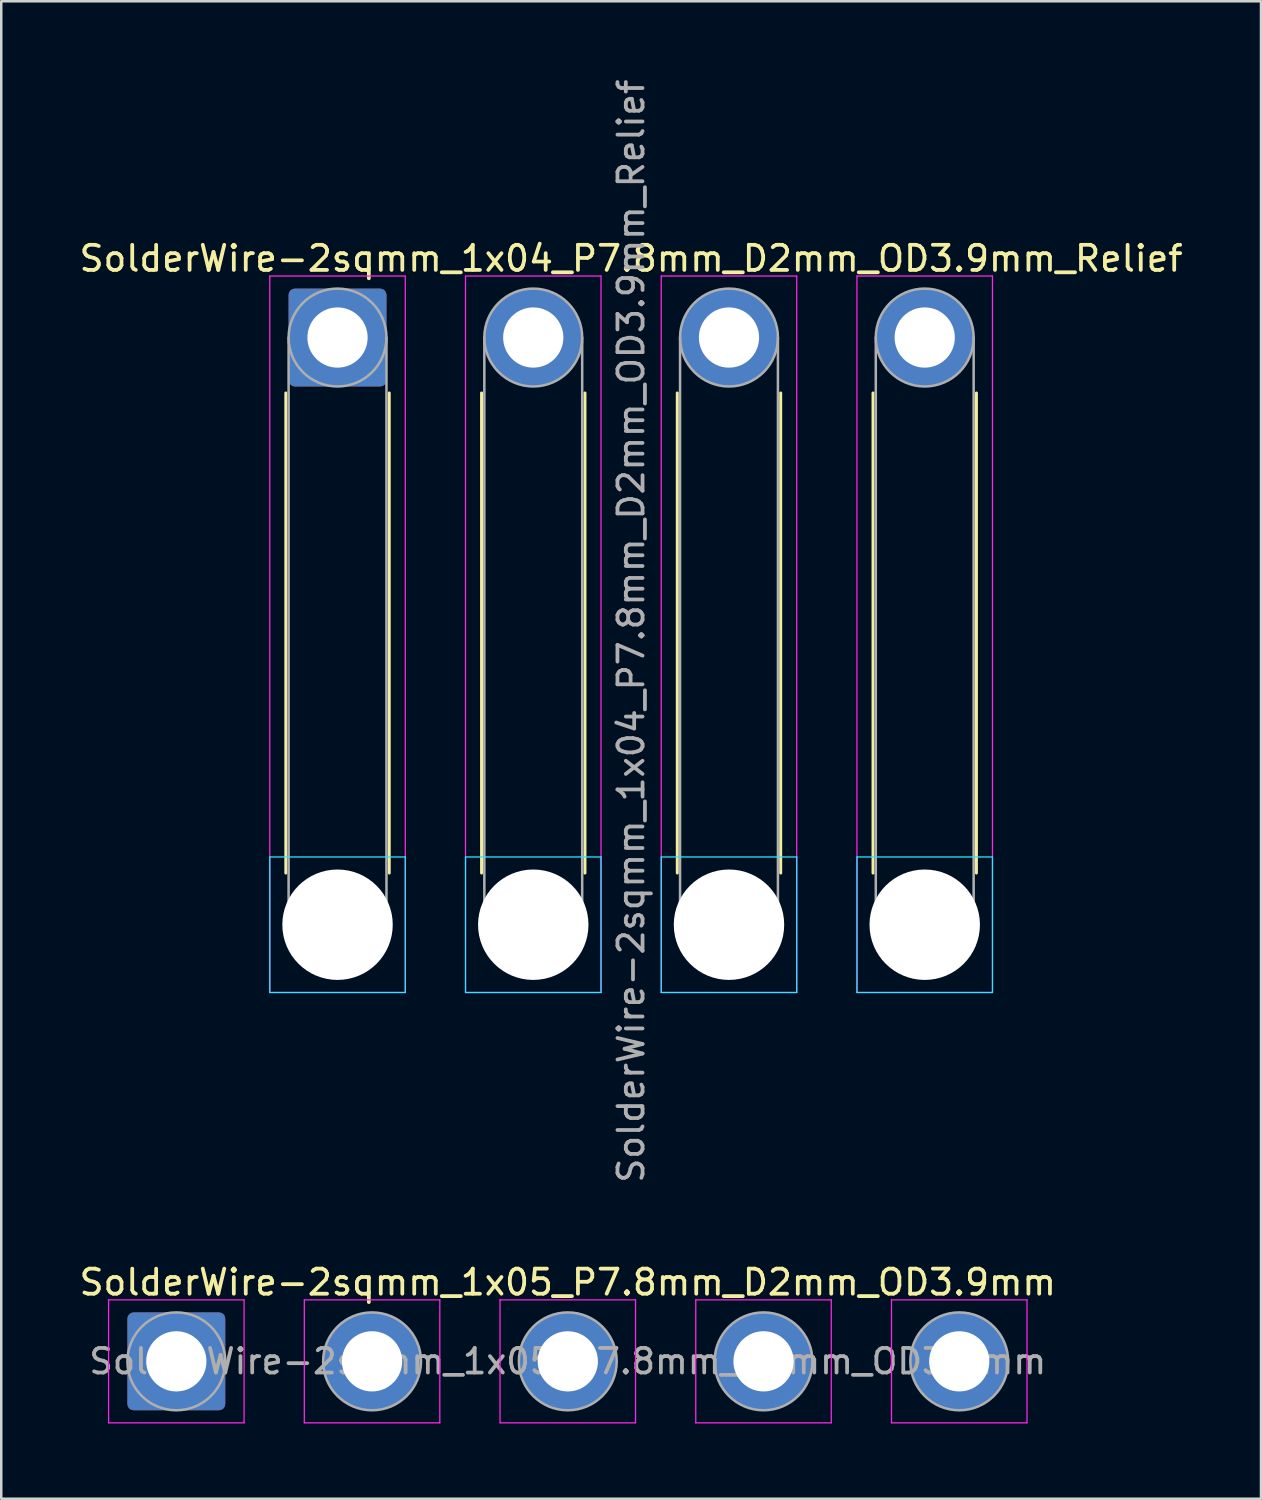
<source format=kicad_pcb>
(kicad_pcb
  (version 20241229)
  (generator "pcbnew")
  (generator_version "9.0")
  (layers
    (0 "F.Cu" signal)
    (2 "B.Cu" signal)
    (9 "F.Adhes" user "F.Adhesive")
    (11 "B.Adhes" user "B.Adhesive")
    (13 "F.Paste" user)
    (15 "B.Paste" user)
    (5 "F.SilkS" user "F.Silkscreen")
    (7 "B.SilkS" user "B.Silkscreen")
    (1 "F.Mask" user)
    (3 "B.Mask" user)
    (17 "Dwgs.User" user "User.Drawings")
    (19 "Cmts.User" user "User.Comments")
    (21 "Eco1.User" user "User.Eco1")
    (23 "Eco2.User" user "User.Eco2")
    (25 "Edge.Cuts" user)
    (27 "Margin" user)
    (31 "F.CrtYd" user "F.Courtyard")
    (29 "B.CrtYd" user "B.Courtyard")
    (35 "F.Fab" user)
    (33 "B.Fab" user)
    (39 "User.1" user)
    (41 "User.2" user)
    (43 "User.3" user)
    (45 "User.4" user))
  (footprint "SolderWire-2sqmm_1x04_P7.8mm_D2mm_OD3.9mm_Relief"
    (layer "F.Cu")
    (at 10.401 10.401)
    (property "Reference" "SolderWire-2sqmm_1x04_P7.8mm_D2mm_OD3.9mm_Relief" (at 11.7 -3.15 0) (layer "F.SilkS") (effects (font (size 1 1) (thickness 0.15))))
    (attr exclude_from_pos_files exclude_from_bom)
    (fp_line (start -2.06 2.21) (end -2.06 21.34) (stroke (width 0.12) (type solid)) (layer "F.SilkS"))
    (fp_line (start 2.06 2.21) (end 2.06 21.34) (stroke (width 0.12) (type solid)) (layer "F.SilkS"))
    (fp_line (start 5.74 2.21) (end 5.74 21.34) (stroke (width 0.12) (type solid)) (layer "F.SilkS"))
    (fp_line (start 9.86 2.21) (end 9.86 21.34) (stroke (width 0.12) (type solid)) (layer "F.SilkS"))
    (fp_line (start 13.54 2.21) (end 13.54 21.34) (stroke (width 0.12) (type solid)) (layer "F.SilkS"))
    (fp_line (start 17.66 2.21) (end 17.66 21.34) (stroke (width 0.12) (type solid)) (layer "F.SilkS"))
    (fp_line (start 21.34 2.21) (end 21.34 21.34) (stroke (width 0.12) (type solid)) (layer "F.SilkS"))
    (fp_line (start 25.46 2.21) (end 25.46 21.34) (stroke (width 0.12) (type solid)) (layer "F.SilkS"))
    (fp_line (start -2.7 20.7) (end -2.7 26.1) (stroke (width 0.05) (type solid)) (layer "B.CrtYd"))
    (fp_line (start -2.7 26.1) (end 2.7 26.1) (stroke (width 0.05) (type solid)) (layer "B.CrtYd"))
    (fp_line (start 2.7 20.7) (end -2.7 20.7) (stroke (width 0.05) (type solid)) (layer "B.CrtYd"))
    (fp_line (start 2.7 26.1) (end 2.7 20.7) (stroke (width 0.05) (type solid)) (layer "B.CrtYd"))
    (fp_line (start 5.1 20.7) (end 5.1 26.1) (stroke (width 0.05) (type solid)) (layer "B.CrtYd"))
    (fp_line (start 5.1 26.1) (end 10.5 26.1) (stroke (width 0.05) (type solid)) (layer "B.CrtYd"))
    (fp_line (start 10.5 20.7) (end 5.1 20.7) (stroke (width 0.05) (type solid)) (layer "B.CrtYd"))
    (fp_line (start 10.5 26.1) (end 10.5 20.7) (stroke (width 0.05) (type solid)) (layer "B.CrtYd"))
    (fp_line (start 12.9 20.7) (end 12.9 26.1) (stroke (width 0.05) (type solid)) (layer "B.CrtYd"))
    (fp_line (start 12.9 26.1) (end 18.3 26.1) (stroke (width 0.05) (type solid)) (layer "B.CrtYd"))
    (fp_line (start 18.3 20.7) (end 12.9 20.7) (stroke (width 0.05) (type solid)) (layer "B.CrtYd"))
    (fp_line (start 18.3 26.1) (end 18.3 20.7) (stroke (width 0.05) (type solid)) (layer "B.CrtYd"))
    (fp_line (start 20.7 20.7) (end 20.7 26.1) (stroke (width 0.05) (type solid)) (layer "B.CrtYd"))
    (fp_line (start 20.7 26.1) (end 26.1 26.1) (stroke (width 0.05) (type solid)) (layer "B.CrtYd"))
    (fp_line (start 26.1 20.7) (end 20.7 20.7) (stroke (width 0.05) (type solid)) (layer "B.CrtYd"))
    (fp_line (start 26.1 26.1) (end 26.1 20.7) (stroke (width 0.05) (type solid)) (layer "B.CrtYd"))
    (fp_line (start -2.7 -2.45) (end -2.7 26.1) (stroke (width 0.05) (type solid)) (layer "F.CrtYd"))
    (fp_line (start -2.7 26.1) (end 2.7 26.1) (stroke (width 0.05) (type solid)) (layer "F.CrtYd"))
    (fp_line (start 2.7 -2.45) (end -2.7 -2.45) (stroke (width 0.05) (type solid)) (layer "F.CrtYd"))
    (fp_line (start 2.7 26.1) (end 2.7 -2.45) (stroke (width 0.05) (type solid)) (layer "F.CrtYd"))
    (fp_line (start 5.1 -2.45) (end 5.1 26.1) (stroke (width 0.05) (type solid)) (layer "F.CrtYd"))
    (fp_line (start 5.1 26.1) (end 10.5 26.1) (stroke (width 0.05) (type solid)) (layer "F.CrtYd"))
    (fp_line (start 10.5 -2.45) (end 5.1 -2.45) (stroke (width 0.05) (type solid)) (layer "F.CrtYd"))
    (fp_line (start 10.5 26.1) (end 10.5 -2.45) (stroke (width 0.05) (type solid)) (layer "F.CrtYd"))
    (fp_line (start 12.9 -2.45) (end 12.9 26.1) (stroke (width 0.05) (type solid)) (layer "F.CrtYd"))
    (fp_line (start 12.9 26.1) (end 18.3 26.1) (stroke (width 0.05) (type solid)) (layer "F.CrtYd"))
    (fp_line (start 18.3 -2.45) (end 12.9 -2.45) (stroke (width 0.05) (type solid)) (layer "F.CrtYd"))
    (fp_line (start 18.3 26.1) (end 18.3 -2.45) (stroke (width 0.05) (type solid)) (layer "F.CrtYd"))
    (fp_line (start 20.7 -2.45) (end 20.7 26.1) (stroke (width 0.05) (type solid)) (layer "F.CrtYd"))
    (fp_line (start 20.7 26.1) (end 26.1 26.1) (stroke (width 0.05) (type solid)) (layer "F.CrtYd"))
    (fp_line (start 26.1 -2.45) (end 20.7 -2.45) (stroke (width 0.05) (type solid)) (layer "F.CrtYd"))
    (fp_line (start 26.1 26.1) (end 26.1 -2.45) (stroke (width 0.05) (type solid)) (layer "F.CrtYd"))
    (fp_line (start -1.95 0) (end -1.95 23.4) (stroke (width 0.1) (type solid)) (layer "F.Fab"))
    (fp_line (start 1.95 0) (end 1.95 23.4) (stroke (width 0.1) (type solid)) (layer "F.Fab"))
    (fp_line (start 5.85 0) (end 5.85 23.4) (stroke (width 0.1) (type solid)) (layer "F.Fab"))
    (fp_line (start 9.75 0) (end 9.75 23.4) (stroke (width 0.1) (type solid)) (layer "F.Fab"))
    (fp_line (start 13.65 0) (end 13.65 23.4) (stroke (width 0.1) (type solid)) (layer "F.Fab"))
    (fp_line (start 17.55 0) (end 17.55 23.4) (stroke (width 0.1) (type solid)) (layer "F.Fab"))
    (fp_line (start 21.45 0) (end 21.45 23.4) (stroke (width 0.1) (type solid)) (layer "F.Fab"))
    (fp_line (start 25.35 0) (end 25.35 23.4) (stroke (width 0.1) (type solid)) (layer "F.Fab"))
    (fp_circle (center 0 0) (end 1.95 0) (stroke (width 0.1) (type solid)) (fill no) (layer "F.Fab"))
    (fp_circle (center 0 23.4) (end 1.95 23.4) (stroke (width 0.1) (type solid)) (fill no) (layer "F.Fab"))
    (fp_circle (center 7.8 0) (end 9.75 0) (stroke (width 0.1) (type solid)) (fill no) (layer "F.Fab"))
    (fp_circle (center 7.8 23.4) (end 9.75 23.4) (stroke (width 0.1) (type solid)) (fill no) (layer "F.Fab"))
    (fp_circle (center 15.6 0) (end 17.55 0) (stroke (width 0.1) (type solid)) (fill no) (layer "F.Fab"))
    (fp_circle (center 15.6 23.4) (end 17.55 23.4) (stroke (width 0.1) (type solid)) (fill no) (layer "F.Fab"))
    (fp_circle (center 23.4 0) (end 25.35 0) (stroke (width 0.1) (type solid)) (fill no) (layer "F.Fab"))
    (fp_circle (center 23.4 23.4) (end 25.35 23.4) (stroke (width 0.1) (type solid)) (fill no) (layer "F.Fab"))
    (fp_text user "${REFERENCE}" (at 11.7 11.7 90) (layer "F.Fab") (effects (font (size 1 1) (thickness 0.15))))
    (pad "" np_thru_hole circle (at 0 23.4) (size 4.4 4.4) (drill 4.4) (layers "*.Cu" "*.Mask"))
    (pad "" np_thru_hole circle (at 7.8 23.4) (size 4.4 4.4) (drill 4.4) (layers "*.Cu" "*.Mask"))
    (pad "" np_thru_hole circle (at 15.6 23.4) (size 4.4 4.4) (drill 4.4) (layers "*.Cu" "*.Mask"))
    (pad "" np_thru_hole circle (at 23.4 23.4) (size 4.4 4.4) (drill 4.4) (layers "*.Cu" "*.Mask"))
    (pad "1" thru_hole roundrect (at 0 0) (size 3.9 3.9) (drill 2.4) (layers "*.Cu" "*.Mask") (roundrect_rratio 0.064))
    (pad "2" thru_hole circle (at 7.8 0) (size 3.9 3.9) (drill 2.4) (layers "*.Cu" "*.Mask"))
    (pad "3" thru_hole circle (at 15.6 0) (size 3.9 3.9) (drill 2.4) (layers "*.Cu" "*.Mask"))
    (pad "4" thru_hole circle (at 23.4 0) (size 3.9 3.9) (drill 2.4) (layers "*.Cu" "*.Mask")))
  (footprint "SolderWire-2sqmm_1x05_P7.8mm_D2mm_OD3.9mm"
    (layer "F.Cu")
    (at 3.977 51.201)
    (property "Reference" "SolderWire-2sqmm_1x05_P7.8mm_D2mm_OD3.9mm" (at 15.6 -3.15 0) (layer "F.SilkS") (effects (font (size 1 1) (thickness 0.15))))
    (attr exclude_from_pos_files exclude_from_bom)
    (fp_line (start -2.7 -2.45) (end -2.7 2.45) (stroke (width 0.05) (type solid)) (layer "F.CrtYd"))
    (fp_line (start -2.7 2.45) (end 2.7 2.45) (stroke (width 0.05) (type solid)) (layer "F.CrtYd"))
    (fp_line (start 2.7 -2.45) (end -2.7 -2.45) (stroke (width 0.05) (type solid)) (layer "F.CrtYd"))
    (fp_line (start 2.7 2.45) (end 2.7 -2.45) (stroke (width 0.05) (type solid)) (layer "F.CrtYd"))
    (fp_line (start 5.1 -2.45) (end 5.1 2.45) (stroke (width 0.05) (type solid)) (layer "F.CrtYd"))
    (fp_line (start 5.1 2.45) (end 10.5 2.45) (stroke (width 0.05) (type solid)) (layer "F.CrtYd"))
    (fp_line (start 10.5 -2.45) (end 5.1 -2.45) (stroke (width 0.05) (type solid)) (layer "F.CrtYd"))
    (fp_line (start 10.5 2.45) (end 10.5 -2.45) (stroke (width 0.05) (type solid)) (layer "F.CrtYd"))
    (fp_line (start 12.9 -2.45) (end 12.9 2.45) (stroke (width 0.05) (type solid)) (layer "F.CrtYd"))
    (fp_line (start 12.9 2.45) (end 18.3 2.45) (stroke (width 0.05) (type solid)) (layer "F.CrtYd"))
    (fp_line (start 18.3 -2.45) (end 12.9 -2.45) (stroke (width 0.05) (type solid)) (layer "F.CrtYd"))
    (fp_line (start 18.3 2.45) (end 18.3 -2.45) (stroke (width 0.05) (type solid)) (layer "F.CrtYd"))
    (fp_line (start 20.7 -2.45) (end 20.7 2.45) (stroke (width 0.05) (type solid)) (layer "F.CrtYd"))
    (fp_line (start 20.7 2.45) (end 26.1 2.45) (stroke (width 0.05) (type solid)) (layer "F.CrtYd"))
    (fp_line (start 26.1 -2.45) (end 20.7 -2.45) (stroke (width 0.05) (type solid)) (layer "F.CrtYd"))
    (fp_line (start 26.1 2.45) (end 26.1 -2.45) (stroke (width 0.05) (type solid)) (layer "F.CrtYd"))
    (fp_line (start 28.5 -2.45) (end 28.5 2.45) (stroke (width 0.05) (type solid)) (layer "F.CrtYd"))
    (fp_line (start 28.5 2.45) (end 33.9 2.45) (stroke (width 0.05) (type solid)) (layer "F.CrtYd"))
    (fp_line (start 33.9 -2.45) (end 28.5 -2.45) (stroke (width 0.05) (type solid)) (layer "F.CrtYd"))
    (fp_line (start 33.9 2.45) (end 33.9 -2.45) (stroke (width 0.05) (type solid)) (layer "F.CrtYd"))
    (fp_circle (center 0 0) (end 1.95 0) (stroke (width 0.1) (type solid)) (fill no) (layer "F.Fab"))
    (fp_circle (center 7.8 0) (end 9.75 0) (stroke (width 0.1) (type solid)) (fill no) (layer "F.Fab"))
    (fp_circle (center 15.6 0) (end 17.55 0) (stroke (width 0.1) (type solid)) (fill no) (layer "F.Fab"))
    (fp_circle (center 23.4 0) (end 25.35 0) (stroke (width 0.1) (type solid)) (fill no) (layer "F.Fab"))
    (fp_circle (center 31.2 0) (end 33.15 0) (stroke (width 0.1) (type solid)) (fill no) (layer "F.Fab"))
    (fp_text user "${REFERENCE}" (at 15.6 0 0) (layer "F.Fab") (effects (font (size 0.98 0.98) (thickness 0.15))))
    (pad "1" thru_hole roundrect (at 0 0) (size 3.9 3.9) (drill 2.4) (layers "*.Cu" "*.Mask") (roundrect_rratio 0.064))
    (pad "2" thru_hole circle (at 7.8 0) (size 3.9 3.9) (drill 2.4) (layers "*.Cu" "*.Mask"))
    (pad "3" thru_hole circle (at 15.6 0) (size 3.9 3.9) (drill 2.4) (layers "*.Cu" "*.Mask"))
    (pad "4" thru_hole circle (at 23.4 0) (size 3.9 3.9) (drill 2.4) (layers "*.Cu" "*.Mask"))
    (pad "5" thru_hole circle (at 31.2 0) (size 3.9 3.9) (drill 2.4) (layers "*.Cu" "*.Mask")))
  (gr_rect
    (start -3 -3)
    (end 47.202 56.676)
    (stroke (width 0.1) (type default))
    (fill no)
    (layer "Edge.Cuts")))
</source>
